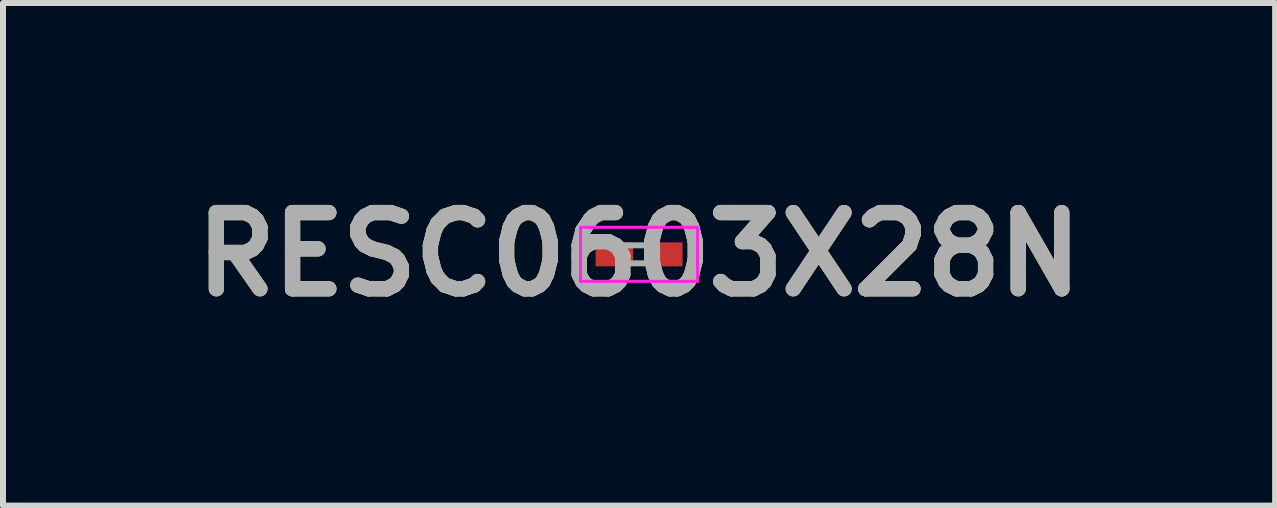
<source format=kicad_pcb>
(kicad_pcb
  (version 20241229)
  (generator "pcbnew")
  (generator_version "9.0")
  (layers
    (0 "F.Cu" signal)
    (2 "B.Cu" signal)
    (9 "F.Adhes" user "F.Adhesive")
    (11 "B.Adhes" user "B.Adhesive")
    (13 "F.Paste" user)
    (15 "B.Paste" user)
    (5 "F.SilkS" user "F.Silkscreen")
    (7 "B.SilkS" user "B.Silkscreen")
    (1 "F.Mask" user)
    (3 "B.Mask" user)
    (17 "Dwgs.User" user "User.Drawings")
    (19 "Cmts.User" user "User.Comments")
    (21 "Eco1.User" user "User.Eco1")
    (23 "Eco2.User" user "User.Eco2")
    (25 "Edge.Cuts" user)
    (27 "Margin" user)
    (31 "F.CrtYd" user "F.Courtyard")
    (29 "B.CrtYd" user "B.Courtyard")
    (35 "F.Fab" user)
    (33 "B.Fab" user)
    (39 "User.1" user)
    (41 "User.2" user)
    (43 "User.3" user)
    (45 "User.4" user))
  (footprint "RESC0603X28N"
    (layer "F.Cu")
    (at 7.602 1.189)
    (property "Reference" "RESC0603X28N" (at 0 0 0) (layer "F.SilkS") (effects (font (size 1.27 1.27) (thickness 0.254))))
    (attr smd)
    (fp_line (start -0.975 -0.45) (end 0.975 -0.45) (stroke (width 0.05) (type solid)) (layer "F.CrtYd"))
    (fp_line (start -0.975 0.45) (end -0.975 -0.45) (stroke (width 0.05) (type solid)) (layer "F.CrtYd"))
    (fp_line (start 0.975 -0.45) (end 0.975 0.45) (stroke (width 0.05) (type solid)) (layer "F.CrtYd"))
    (fp_line (start 0.975 0.45) (end -0.975 0.45) (stroke (width 0.05) (type solid)) (layer "F.CrtYd"))
    (fp_line (start -0.3 -0.15) (end 0.3 -0.15) (stroke (width 0.1) (type solid)) (layer "F.Fab"))
    (fp_line (start -0.3 0.15) (end -0.3 -0.15) (stroke (width 0.1) (type solid)) (layer "F.Fab"))
    (fp_line (start 0.3 -0.15) (end 0.3 0.15) (stroke (width 0.1) (type solid)) (layer "F.Fab"))
    (fp_line (start 0.3 0.15) (end -0.3 0.15) (stroke (width 0.1) (type solid)) (layer "F.Fab"))
    (fp_text user "${REFERENCE}" (at 0 0 0) (layer "F.Fab") (effects (font (size 1.27 1.27) (thickness 0.254))))
    (pad "1" smd rect (at -0.412 0 90) (size 0.4 0.625) (layers "F.Cu" "F.Mask" "F.Paste"))
    (pad "2" smd rect (at 0.412 0 90) (size 0.4 0.625) (layers "F.Cu" "F.Mask" "F.Paste")))
  (gr_rect
    (start -3 -3)
    (end 18.204 5.377)
    (stroke (width 0.1) (type default))
    (fill no)
    (layer "Edge.Cuts")))
</source>
